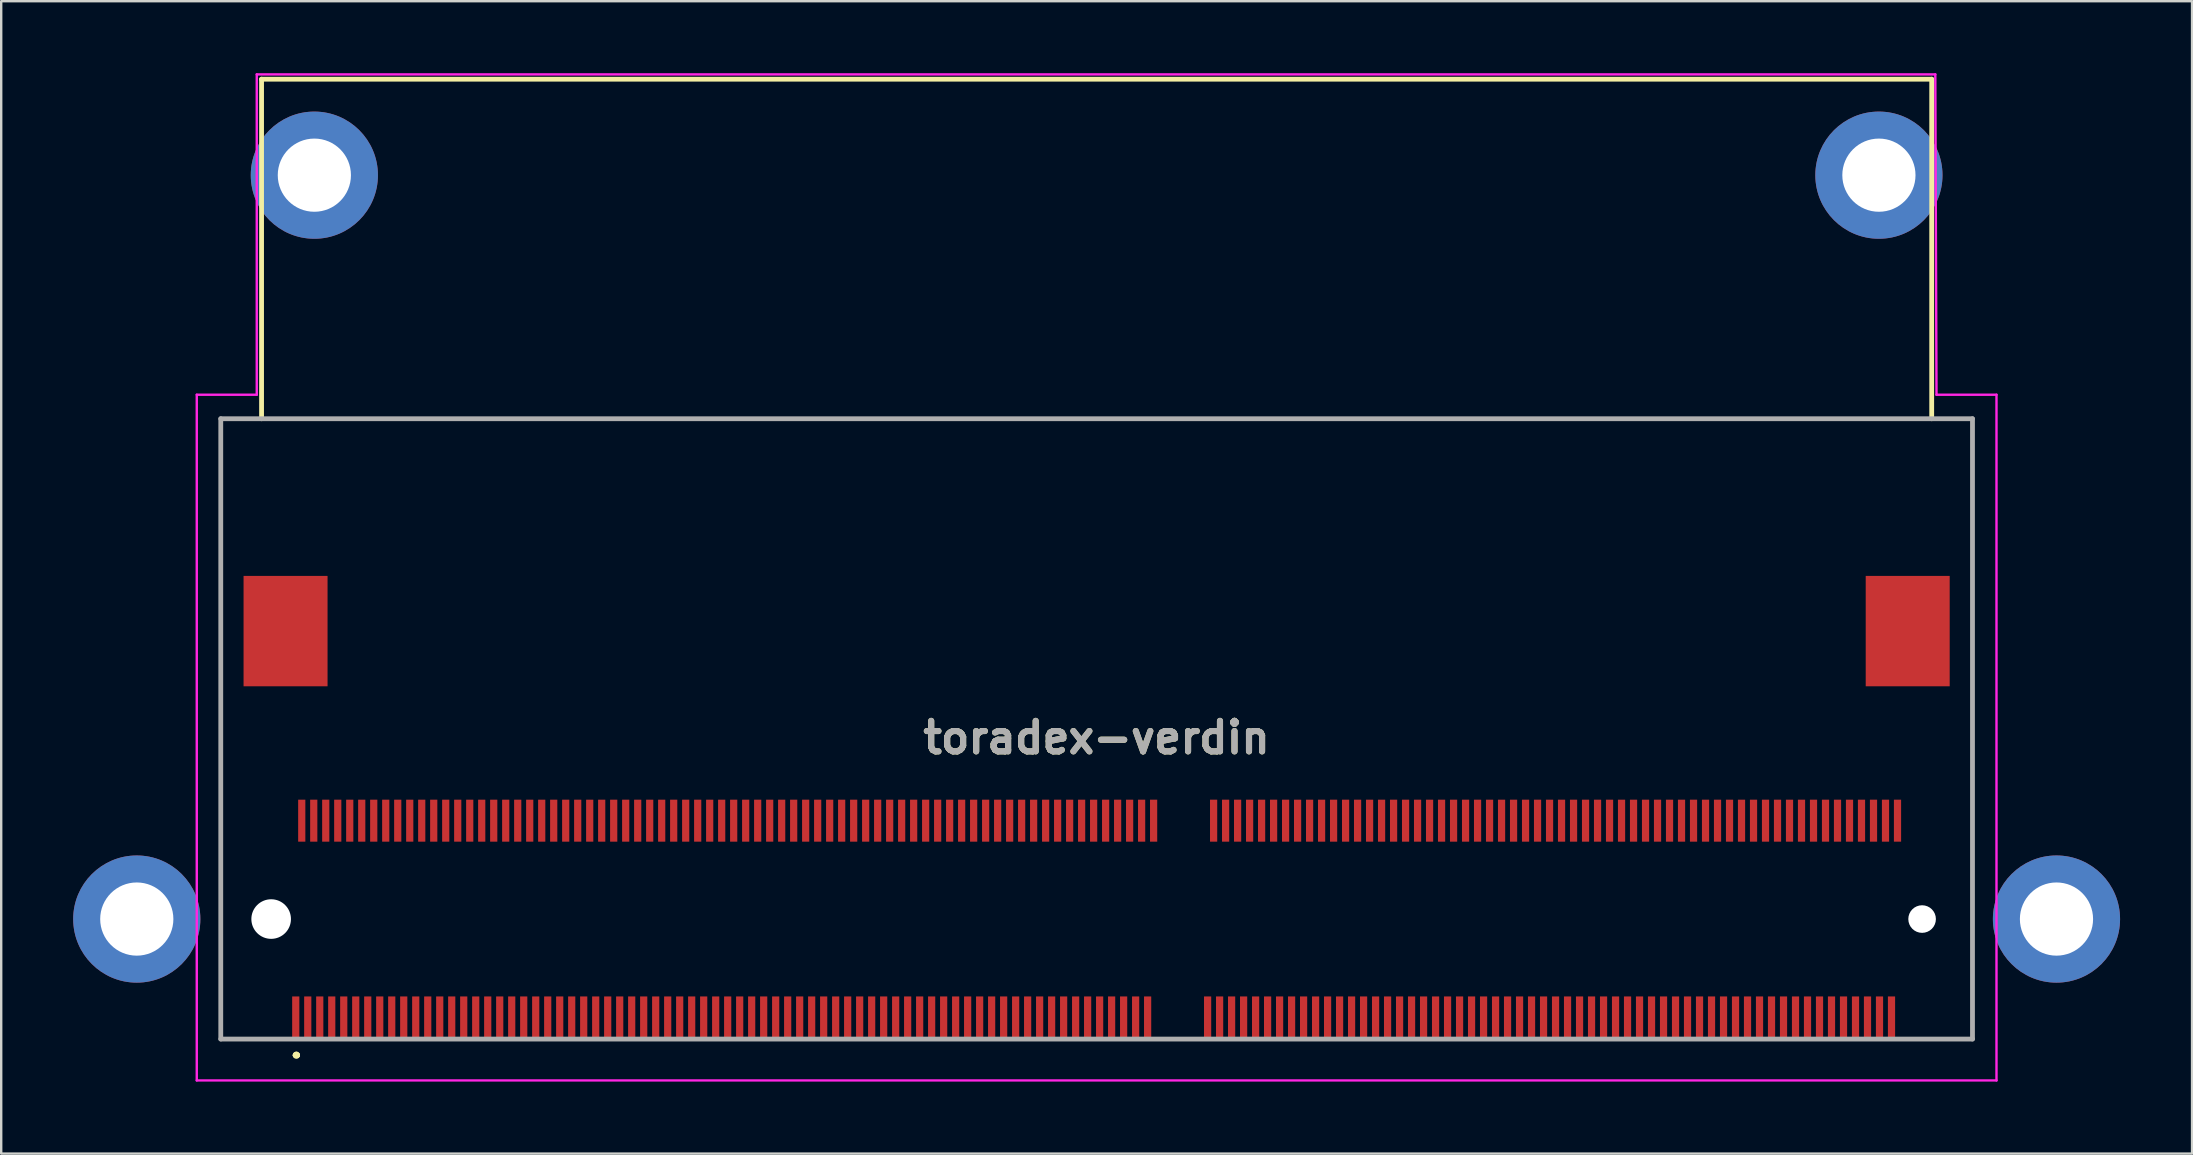
<source format=kicad_pcb>
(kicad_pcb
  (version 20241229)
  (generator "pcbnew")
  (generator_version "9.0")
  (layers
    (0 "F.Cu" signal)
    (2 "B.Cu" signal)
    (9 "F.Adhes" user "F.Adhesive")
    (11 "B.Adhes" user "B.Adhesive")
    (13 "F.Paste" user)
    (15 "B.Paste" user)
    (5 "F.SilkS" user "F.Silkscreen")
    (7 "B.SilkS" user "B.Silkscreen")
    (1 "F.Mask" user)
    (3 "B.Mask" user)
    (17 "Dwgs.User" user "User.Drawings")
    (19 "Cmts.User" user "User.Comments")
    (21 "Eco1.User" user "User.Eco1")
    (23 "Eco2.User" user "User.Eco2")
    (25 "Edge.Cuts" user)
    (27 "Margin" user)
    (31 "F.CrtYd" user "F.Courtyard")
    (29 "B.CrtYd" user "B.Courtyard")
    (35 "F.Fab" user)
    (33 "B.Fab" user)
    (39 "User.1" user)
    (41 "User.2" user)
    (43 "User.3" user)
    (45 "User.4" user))
  (footprint "toradex-verdin"
    (layer "F.Cu")
    (at 8.25 35.25)
    (property "Reference" "toradex-verdin" (at 34.4 -7.563 180) (layer "F.SilkS") (effects (font (size 1.27 1.27) (thickness 0.254))))
    (attr through_hole)
    (fp_line (start -2.1 -20.85) (end -2.1 -20.85) (stroke (width 0.1) (type solid)) (layer "F.SilkS"))
    (fp_line (start -2.1 -20.85) (end -2.1 -20.85) (stroke (width 0.1) (type solid)) (layer "F.SilkS"))
    (fp_line (start -2.1 -20.85) (end -2.1 5) (stroke (width 0.1) (type solid)) (layer "F.SilkS"))
    (fp_line (start -2.1 -20.85) (end 70.9 -20.85) (stroke (width 0.1) (type solid)) (layer "F.SilkS"))
    (fp_line (start -2.1 5) (end -2.1 -20.85) (stroke (width 0.1) (type solid)) (layer "F.SilkS"))
    (fp_line (start -2.1 5) (end -2.1 5) (stroke (width 0.1) (type solid)) (layer "F.SilkS"))
    (fp_line (start -2.1 5) (end -2.1 5) (stroke (width 0.1) (type solid)) (layer "F.SilkS"))
    (fp_line (start -2.1 5) (end -0.35 5) (stroke (width 0.1) (type solid)) (layer "F.SilkS"))
    (fp_line (start -0.4 -35) (end 69.2 -35) (stroke (width 0.2) (type default)) (layer "F.SilkS"))
    (fp_line (start -0.4 -20.85) (end -0.4 -35) (stroke (width 0.2) (type default)) (layer "F.SilkS"))
    (fp_line (start -0.35 5) (end -2.1 5) (stroke (width 0.1) (type solid)) (layer "F.SilkS"))
    (fp_line (start -0.35 5) (end -0.35 5) (stroke (width 0.1) (type solid)) (layer "F.SilkS"))
    (fp_line (start 1 5.675) (end 1 5.675) (stroke (width 0.2) (type solid)) (layer "F.SilkS"))
    (fp_line (start 1.1 5.675) (end 1.1 5.675) (stroke (width 0.2) (type solid)) (layer "F.SilkS"))
    (fp_line (start 1.1 5.675) (end 1.1 5.675) (stroke (width 0.2) (type solid)) (layer "F.SilkS"))
    (fp_line (start 69.2 -35) (end 69.2 -20.85) (stroke (width 0.2) (type default)) (layer "F.SilkS"))
    (fp_line (start 70.9 -20.85) (end -2.1 -20.85) (stroke (width 0.1) (type solid)) (layer "F.SilkS"))
    (fp_line (start 70.9 -20.85) (end 70.9 -20.85) (stroke (width 0.1) (type solid)) (layer "F.SilkS"))
    (fp_line (start 70.9 -20.85) (end 70.9 -20.85) (stroke (width 0.1) (type solid)) (layer "F.SilkS"))
    (fp_line (start 70.9 -20.85) (end 70.9 5) (stroke (width 0.1) (type solid)) (layer "F.SilkS"))
    (fp_line (start 70.9 5) (end 70.9 -20.85) (stroke (width 0.1) (type solid)) (layer "F.SilkS"))
    (fp_line (start 70.9 5) (end 70.9 5) (stroke (width 0.1) (type solid)) (layer "F.SilkS"))
    (fp_arc (start 1 5.675) (mid 1.05 5.625) (end 1.1 5.675) (stroke (width 0.2) (type solid)) (layer "F.SilkS"))
    (fp_arc (start 1 5.675) (mid 1.05 5.625) (end 1.1 5.675) (stroke (width 0.2) (type solid)) (layer "F.SilkS"))
    (fp_arc (start 1.1 5.675) (mid 1.05 5.725) (end 1 5.675) (stroke (width 0.2) (type solid)) (layer "F.SilkS"))
    (fp_line (start -3.1 -21.85) (end -0.6 -21.85) (stroke (width 0.1) (type default)) (layer "F.CrtYd"))
    (fp_line (start -3.1 6.725) (end -3.1 -21.85) (stroke (width 0.1) (type solid)) (layer "F.CrtYd"))
    (fp_line (start -0.6 -21.85) (end -0.6 -35.2) (stroke (width 0.1) (type default)) (layer "F.CrtYd"))
    (fp_line (start 69.35 -35.2) (end -0.6 -35.2) (stroke (width 0.1) (type default)) (layer "F.CrtYd"))
    (fp_line (start 69.4 -21.85) (end 69.35 -35.2) (stroke (width 0.1) (type default)) (layer "F.CrtYd"))
    (fp_line (start 71.9 -21.85) (end 69.4 -21.85) (stroke (width 0.1) (type default)) (layer "F.CrtYd"))
    (fp_line (start 71.9 -21.85) (end 71.9 6.725) (stroke (width 0.1) (type solid)) (layer "F.CrtYd"))
    (fp_line (start 71.9 6.725) (end -3.1 6.725) (stroke (width 0.1) (type solid)) (layer "F.CrtYd"))
    (fp_line (start -2.1 -20.85) (end -2.1 5) (stroke (width 0.2) (type solid)) (layer "F.Fab"))
    (fp_line (start -2.1 5) (end 70.9 5) (stroke (width 0.2) (type solid)) (layer "F.Fab"))
    (fp_line (start 70.9 -20.85) (end -2.1 -20.85) (stroke (width 0.2) (type solid)) (layer "F.Fab"))
    (fp_line (start 70.9 5) (end 70.9 -20.85) (stroke (width 0.2) (type solid)) (layer "F.Fab"))
    (fp_text user "${REFERENCE}" (at 34.4 -7.563 180) (layer "F.Fab") (effects (font (size 1.27 1.27) (thickness 0.254))))
    (pad "" np_thru_hole circle (at 0 0 180) (size 1.65 1.65) (drill 1.65) (layers "*.Cu" "*.Mask"))
    (pad "" np_thru_hole circle (at 68.8 0 180) (size 1.15 1.15) (drill 1.15) (layers "*.Cu" "*.Mask"))
    (pad "1" smd rect (at 1.025 4.1 180) (size 0.3 1.75) (layers "F.Cu" "F.Mask" "F.Paste"))
    (pad "2" smd rect (at 1.275 -4.1 180) (size 0.3 1.75) (layers "F.Cu" "F.Mask" "F.Paste"))
    (pad "3" smd rect (at 1.525 4.1 180) (size 0.3 1.75) (layers "F.Cu" "F.Mask" "F.Paste"))
    (pad "4" smd rect (at 1.775 -4.1 180) (size 0.3 1.75) (layers "F.Cu" "F.Mask" "F.Paste"))
    (pad "5" smd rect (at 2.025 4.1 180) (size 0.3 1.75) (layers "F.Cu" "F.Mask" "F.Paste"))
    (pad "6" smd rect (at 2.275 -4.1 180) (size 0.3 1.75) (layers "F.Cu" "F.Mask" "F.Paste"))
    (pad "7" smd rect (at 2.525 4.1 180) (size 0.3 1.75) (layers "F.Cu" "F.Mask" "F.Paste"))
    (pad "8" smd rect (at 2.775 -4.1 180) (size 0.3 1.75) (layers "F.Cu" "F.Mask" "F.Paste"))
    (pad "9" smd rect (at 3.025 4.1 180) (size 0.3 1.75) (layers "F.Cu" "F.Mask" "F.Paste"))
    (pad "10" smd rect (at 3.275 -4.1 180) (size 0.3 1.75) (layers "F.Cu" "F.Mask" "F.Paste"))
    (pad "11" smd rect (at 3.525 4.1 180) (size 0.3 1.75) (layers "F.Cu" "F.Mask" "F.Paste"))
    (pad "12" smd rect (at 3.775 -4.1 180) (size 0.3 1.75) (layers "F.Cu" "F.Mask" "F.Paste"))
    (pad "13" smd rect (at 4.025 4.1 180) (size 0.3 1.75) (layers "F.Cu" "F.Mask" "F.Paste"))
    (pad "14" smd rect (at 4.275 -4.1 180) (size 0.3 1.75) (layers "F.Cu" "F.Mask" "F.Paste"))
    (pad "15" smd rect (at 4.525 4.1 180) (size 0.3 1.75) (layers "F.Cu" "F.Mask" "F.Paste"))
    (pad "16" smd rect (at 4.775 -4.1 180) (size 0.3 1.75) (layers "F.Cu" "F.Mask" "F.Paste"))
    (pad "17" smd rect (at 5.025 4.1 180) (size 0.3 1.75) (layers "F.Cu" "F.Mask" "F.Paste"))
    (pad "18" smd rect (at 5.275 -4.1 180) (size 0.3 1.75) (layers "F.Cu" "F.Mask" "F.Paste"))
    (pad "19" smd rect (at 5.525 4.1 180) (size 0.3 1.75) (layers "F.Cu" "F.Mask" "F.Paste"))
    (pad "20" smd rect (at 5.775 -4.1 180) (size 0.3 1.75) (layers "F.Cu" "F.Mask" "F.Paste"))
    (pad "21" smd rect (at 6.025 4.1 180) (size 0.3 1.75) (layers "F.Cu" "F.Mask" "F.Paste"))
    (pad "22" smd rect (at 6.275 -4.1 180) (size 0.3 1.75) (layers "F.Cu" "F.Mask" "F.Paste"))
    (pad "23" smd rect (at 6.525 4.1 180) (size 0.3 1.75) (layers "F.Cu" "F.Mask" "F.Paste"))
    (pad "24" smd rect (at 6.775 -4.1 180) (size 0.3 1.75) (layers "F.Cu" "F.Mask" "F.Paste"))
    (pad "25" smd rect (at 7.025 4.1 180) (size 0.3 1.75) (layers "F.Cu" "F.Mask" "F.Paste"))
    (pad "26" smd rect (at 7.275 -4.1 180) (size 0.3 1.75) (layers "F.Cu" "F.Mask" "F.Paste"))
    (pad "27" smd rect (at 7.525 4.1 180) (size 0.3 1.75) (layers "F.Cu" "F.Mask" "F.Paste"))
    (pad "28" smd rect (at 7.775 -4.1 180) (size 0.3 1.75) (layers "F.Cu" "F.Mask" "F.Paste"))
    (pad "29" smd rect (at 8.025 4.1 180) (size 0.3 1.75) (layers "F.Cu" "F.Mask" "F.Paste"))
    (pad "30" smd rect (at 8.275 -4.1 180) (size 0.3 1.75) (layers "F.Cu" "F.Mask" "F.Paste"))
    (pad "31" smd rect (at 8.525 4.1 180) (size 0.3 1.75) (layers "F.Cu" "F.Mask" "F.Paste"))
    (pad "32" smd rect (at 8.775 -4.1 180) (size 0.3 1.75) (layers "F.Cu" "F.Mask" "F.Paste"))
    (pad "33" smd rect (at 9.025 4.1 180) (size 0.3 1.75) (layers "F.Cu" "F.Mask" "F.Paste"))
    (pad "34" smd rect (at 9.275 -4.1 180) (size 0.3 1.75) (layers "F.Cu" "F.Mask" "F.Paste"))
    (pad "35" smd rect (at 9.525 4.1 180) (size 0.3 1.75) (layers "F.Cu" "F.Mask" "F.Paste"))
    (pad "36" smd rect (at 9.775 -4.1 180) (size 0.3 1.75) (layers "F.Cu" "F.Mask" "F.Paste"))
    (pad "37" smd rect (at 10.025 4.1 180) (size 0.3 1.75) (layers "F.Cu" "F.Mask" "F.Paste"))
    (pad "38" smd rect (at 10.275 -4.1 180) (size 0.3 1.75) (layers "F.Cu" "F.Mask" "F.Paste"))
    (pad "39" smd rect (at 10.525 4.1 180) (size 0.3 1.75) (layers "F.Cu" "F.Mask" "F.Paste"))
    (pad "40" smd rect (at 10.775 -4.1 180) (size 0.3 1.75) (layers "F.Cu" "F.Mask" "F.Paste"))
    (pad "41" smd rect (at 11.025 4.1 180) (size 0.3 1.75) (layers "F.Cu" "F.Mask" "F.Paste"))
    (pad "42" smd rect (at 11.275 -4.1 180) (size 0.3 1.75) (layers "F.Cu" "F.Mask" "F.Paste"))
    (pad "43" smd rect (at 11.525 4.1 180) (size 0.3 1.75) (layers "F.Cu" "F.Mask" "F.Paste"))
    (pad "44" smd rect (at 11.775 -4.1 180) (size 0.3 1.75) (layers "F.Cu" "F.Mask" "F.Paste"))
    (pad "45" smd rect (at 12.025 4.1 180) (size 0.3 1.75) (layers "F.Cu" "F.Mask" "F.Paste"))
    (pad "46" smd rect (at 12.275 -4.1 180) (size 0.3 1.75) (layers "F.Cu" "F.Mask" "F.Paste"))
    (pad "47" smd rect (at 12.525 4.1 180) (size 0.3 1.75) (layers "F.Cu" "F.Mask" "F.Paste"))
    (pad "48" smd rect (at 12.775 -4.1 180) (size 0.3 1.75) (layers "F.Cu" "F.Mask" "F.Paste"))
    (pad "49" smd rect (at 13.025 4.1 180) (size 0.3 1.75) (layers "F.Cu" "F.Mask" "F.Paste"))
    (pad "50" smd rect (at 13.275 -4.1 180) (size 0.3 1.75) (layers "F.Cu" "F.Mask" "F.Paste"))
    (pad "51" smd rect (at 13.525 4.1 180) (size 0.3 1.75) (layers "F.Cu" "F.Mask" "F.Paste"))
    (pad "52" smd rect (at 13.775 -4.1 180) (size 0.3 1.75) (layers "F.Cu" "F.Mask" "F.Paste"))
    (pad "53" smd rect (at 14.025 4.1 180) (size 0.3 1.75) (layers "F.Cu" "F.Mask" "F.Paste"))
    (pad "54" smd rect (at 14.275 -4.1 180) (size 0.3 1.75) (layers "F.Cu" "F.Mask" "F.Paste"))
    (pad "55" smd rect (at 14.525 4.1 180) (size 0.3 1.75) (layers "F.Cu" "F.Mask" "F.Paste"))
    (pad "56" smd rect (at 14.775 -4.1 180) (size 0.3 1.75) (layers "F.Cu" "F.Mask" "F.Paste"))
    (pad "57" smd rect (at 15.025 4.1 180) (size 0.3 1.75) (layers "F.Cu" "F.Mask" "F.Paste"))
    (pad "58" smd rect (at 15.275 -4.1 180) (size 0.3 1.75) (layers "F.Cu" "F.Mask" "F.Paste"))
    (pad "59" smd rect (at 15.525 4.1 180) (size 0.3 1.75) (layers "F.Cu" "F.Mask" "F.Paste"))
    (pad "60" smd rect (at 15.775 -4.1 180) (size 0.3 1.75) (layers "F.Cu" "F.Mask" "F.Paste"))
    (pad "61" smd rect (at 16.025 4.1 180) (size 0.3 1.75) (layers "F.Cu" "F.Mask" "F.Paste"))
    (pad "62" smd rect (at 16.275 -4.1 180) (size 0.3 1.75) (layers "F.Cu" "F.Mask" "F.Paste"))
    (pad "63" smd rect (at 16.525 4.1 180) (size 0.3 1.75) (layers "F.Cu" "F.Mask" "F.Paste"))
    (pad "64" smd rect (at 16.775 -4.1 180) (size 0.3 1.75) (layers "F.Cu" "F.Mask" "F.Paste"))
    (pad "65" smd rect (at 17.025 4.1 180) (size 0.3 1.75) (layers "F.Cu" "F.Mask" "F.Paste"))
    (pad "66" smd rect (at 17.275 -4.1 180) (size 0.3 1.75) (layers "F.Cu" "F.Mask" "F.Paste"))
    (pad "67" smd rect (at 17.525 4.1 180) (size 0.3 1.75) (layers "F.Cu" "F.Mask" "F.Paste"))
    (pad "68" smd rect (at 17.775 -4.1 180) (size 0.3 1.75) (layers "F.Cu" "F.Mask" "F.Paste"))
    (pad "69" smd rect (at 18.025 4.1 180) (size 0.3 1.75) (layers "F.Cu" "F.Mask" "F.Paste"))
    (pad "70" smd rect (at 18.275 -4.1 180) (size 0.3 1.75) (layers "F.Cu" "F.Mask" "F.Paste"))
    (pad "71" smd rect (at 18.525 4.1 180) (size 0.3 1.75) (layers "F.Cu" "F.Mask" "F.Paste"))
    (pad "72" smd rect (at 18.775 -4.1 180) (size 0.3 1.75) (layers "F.Cu" "F.Mask" "F.Paste"))
    (pad "73" smd rect (at 19.025 4.1 180) (size 0.3 1.75) (layers "F.Cu" "F.Mask" "F.Paste"))
    (pad "74" smd rect (at 19.275 -4.1 180) (size 0.3 1.75) (layers "F.Cu" "F.Mask" "F.Paste"))
    (pad "75" smd rect (at 19.525 4.1 180) (size 0.3 1.75) (layers "F.Cu" "F.Mask" "F.Paste"))
    (pad "76" smd rect (at 19.775 -4.1 180) (size 0.3 1.75) (layers "F.Cu" "F.Mask" "F.Paste"))
    (pad "77" smd rect (at 20.025 4.1 180) (size 0.3 1.75) (layers "F.Cu" "F.Mask" "F.Paste"))
    (pad "78" smd rect (at 20.275 -4.1 180) (size 0.3 1.75) (layers "F.Cu" "F.Mask" "F.Paste"))
    (pad "79" smd rect (at 20.525 4.1 180) (size 0.3 1.75) (layers "F.Cu" "F.Mask" "F.Paste"))
    (pad "80" smd rect (at 20.775 -4.1 180) (size 0.3 1.75) (layers "F.Cu" "F.Mask" "F.Paste"))
    (pad "81" smd rect (at 21.025 4.1 180) (size 0.3 1.75) (layers "F.Cu" "F.Mask" "F.Paste"))
    (pad "82" smd rect (at 21.275 -4.1 180) (size 0.3 1.75) (layers "F.Cu" "F.Mask" "F.Paste"))
    (pad "83" smd rect (at 21.525 4.1 180) (size 0.3 1.75) (layers "F.Cu" "F.Mask" "F.Paste"))
    (pad "84" smd rect (at 21.775 -4.1 180) (size 0.3 1.75) (layers "F.Cu" "F.Mask" "F.Paste"))
    (pad "85" smd rect (at 22.025 4.1 180) (size 0.3 1.75) (layers "F.Cu" "F.Mask" "F.Paste"))
    (pad "86" smd rect (at 22.275 -4.1 180) (size 0.3 1.75) (layers "F.Cu" "F.Mask" "F.Paste"))
    (pad "87" smd rect (at 22.525 4.1 180) (size 0.3 1.75) (layers "F.Cu" "F.Mask" "F.Paste"))
    (pad "88" smd rect (at 22.775 -4.1 180) (size 0.3 1.75) (layers "F.Cu" "F.Mask" "F.Paste"))
    (pad "89" smd rect (at 23.025 4.1 180) (size 0.3 1.75) (layers "F.Cu" "F.Mask" "F.Paste"))
    (pad "90" smd rect (at 23.275 -4.1 180) (size 0.3 1.75) (layers "F.Cu" "F.Mask" "F.Paste"))
    (pad "91" smd rect (at 23.525 4.1 180) (size 0.3 1.75) (layers "F.Cu" "F.Mask" "F.Paste"))
    (pad "92" smd rect (at 23.775 -4.1 180) (size 0.3 1.75) (layers "F.Cu" "F.Mask" "F.Paste"))
    (pad "93" smd rect (at 24.025 4.1 180) (size 0.3 1.75) (layers "F.Cu" "F.Mask" "F.Paste"))
    (pad "94" smd rect (at 24.275 -4.1 180) (size 0.3 1.75) (layers "F.Cu" "F.Mask" "F.Paste"))
    (pad "95" smd rect (at 24.525 4.1 180) (size 0.3 1.75) (layers "F.Cu" "F.Mask" "F.Paste"))
    (pad "96" smd rect (at 24.775 -4.1 180) (size 0.3 1.75) (layers "F.Cu" "F.Mask" "F.Paste"))
    (pad "97" smd rect (at 25.025 4.1 180) (size 0.3 1.75) (layers "F.Cu" "F.Mask" "F.Paste"))
    (pad "98" smd rect (at 25.275 -4.1 180) (size 0.3 1.75) (layers "F.Cu" "F.Mask" "F.Paste"))
    (pad "99" smd rect (at 25.525 4.1 180) (size 0.3 1.75) (layers "F.Cu" "F.Mask" "F.Paste"))
    (pad "100" smd rect (at 25.775 -4.1 180) (size 0.3 1.75) (layers "F.Cu" "F.Mask" "F.Paste"))
    (pad "101" smd rect (at 26.025 4.1 180) (size 0.3 1.75) (layers "F.Cu" "F.Mask" "F.Paste"))
    (pad "102" smd rect (at 26.275 -4.1 180) (size 0.3 1.75) (layers "F.Cu" "F.Mask" "F.Paste"))
    (pad "103" smd rect (at 26.525 4.1 180) (size 0.3 1.75) (layers "F.Cu" "F.Mask" "F.Paste"))
    (pad "104" smd rect (at 26.775 -4.1 180) (size 0.3 1.75) (layers "F.Cu" "F.Mask" "F.Paste"))
    (pad "105" smd rect (at 27.025 4.1 180) (size 0.3 1.75) (layers "F.Cu" "F.Mask" "F.Paste"))
    (pad "106" smd rect (at 27.275 -4.1 180) (size 0.3 1.75) (layers "F.Cu" "F.Mask" "F.Paste"))
    (pad "107" smd rect (at 27.525 4.1 180) (size 0.3 1.75) (layers "F.Cu" "F.Mask" "F.Paste"))
    (pad "108" smd rect (at 27.775 -4.1 180) (size 0.3 1.75) (layers "F.Cu" "F.Mask" "F.Paste"))
    (pad "109" smd rect (at 28.025 4.1 180) (size 0.3 1.75) (layers "F.Cu" "F.Mask" "F.Paste"))
    (pad "110" smd rect (at 28.275 -4.1 180) (size 0.3 1.75) (layers "F.Cu" "F.Mask" "F.Paste"))
    (pad "111" smd rect (at 28.525 4.1 180) (size 0.3 1.75) (layers "F.Cu" "F.Mask" "F.Paste"))
    (pad "112" smd rect (at 28.775 -4.1 180) (size 0.3 1.75) (layers "F.Cu" "F.Mask" "F.Paste"))
    (pad "113" smd rect (at 29.025 4.1 180) (size 0.3 1.75) (layers "F.Cu" "F.Mask" "F.Paste"))
    (pad "114" smd rect (at 29.275 -4.1 180) (size 0.3 1.75) (layers "F.Cu" "F.Mask" "F.Paste"))
    (pad "115" smd rect (at 29.525 4.1 180) (size 0.3 1.75) (layers "F.Cu" "F.Mask" "F.Paste"))
    (pad "116" smd rect (at 29.775 -4.1 180) (size 0.3 1.75) (layers "F.Cu" "F.Mask" "F.Paste"))
    (pad "117" smd rect (at 30.025 4.1 180) (size 0.3 1.75) (layers "F.Cu" "F.Mask" "F.Paste"))
    (pad "118" smd rect (at 30.275 -4.1 180) (size 0.3 1.75) (layers "F.Cu" "F.Mask" "F.Paste"))
    (pad "119" smd rect (at 30.525 4.1 180) (size 0.3 1.75) (layers "F.Cu" "F.Mask" "F.Paste"))
    (pad "120" smd rect (at 30.775 -4.1 180) (size 0.3 1.75) (layers "F.Cu" "F.Mask" "F.Paste"))
    (pad "121" smd rect (at 31.025 4.1 180) (size 0.3 1.75) (layers "F.Cu" "F.Mask" "F.Paste"))
    (pad "122" smd rect (at 31.275 -4.1 180) (size 0.3 1.75) (layers "F.Cu" "F.Mask" "F.Paste"))
    (pad "123" smd rect (at 31.525 4.1 180) (size 0.3 1.75) (layers "F.Cu" "F.Mask" "F.Paste"))
    (pad "124" smd rect (at 31.775 -4.1 180) (size 0.3 1.75) (layers "F.Cu" "F.Mask" "F.Paste"))
    (pad "125" smd rect (at 32.025 4.1 180) (size 0.3 1.75) (layers "F.Cu" "F.Mask" "F.Paste"))
    (pad "126" smd rect (at 32.275 -4.1 180) (size 0.3 1.75) (layers "F.Cu" "F.Mask" "F.Paste"))
    (pad "127" smd rect (at 32.525 4.1 180) (size 0.3 1.75) (layers "F.Cu" "F.Mask" "F.Paste"))
    (pad "128" smd rect (at 32.775 -4.1 180) (size 0.3 1.75) (layers "F.Cu" "F.Mask" "F.Paste"))
    (pad "129" smd rect (at 33.025 4.1 180) (size 0.3 1.75) (layers "F.Cu" "F.Mask" "F.Paste"))
    (pad "130" smd rect (at 33.275 -4.1 180) (size 0.3 1.75) (layers "F.Cu" "F.Mask" "F.Paste"))
    (pad "131" smd rect (at 33.525 4.1 180) (size 0.3 1.75) (layers "F.Cu" "F.Mask" "F.Paste"))
    (pad "132" smd rect (at 33.775 -4.1 180) (size 0.3 1.75) (layers "F.Cu" "F.Mask" "F.Paste"))
    (pad "133" smd rect (at 34.025 4.1 180) (size 0.3 1.75) (layers "F.Cu" "F.Mask" "F.Paste"))
    (pad "134" smd rect (at 34.275 -4.1 180) (size 0.3 1.75) (layers "F.Cu" "F.Mask" "F.Paste"))
    (pad "135" smd rect (at 34.525 4.1 180) (size 0.3 1.75) (layers "F.Cu" "F.Mask" "F.Paste"))
    (pad "136" smd rect (at 34.775 -4.1 180) (size 0.3 1.75) (layers "F.Cu" "F.Mask" "F.Paste"))
    (pad "137" smd rect (at 35.025 4.1 180) (size 0.3 1.75) (layers "F.Cu" "F.Mask" "F.Paste"))
    (pad "138" smd rect (at 35.275 -4.1 180) (size 0.3 1.75) (layers "F.Cu" "F.Mask" "F.Paste"))
    (pad "139" smd rect (at 35.525 4.1 180) (size 0.3 1.75) (layers "F.Cu" "F.Mask" "F.Paste"))
    (pad "140" smd rect (at 35.775 -4.1 180) (size 0.3 1.75) (layers "F.Cu" "F.Mask" "F.Paste"))
    (pad "141" smd rect (at 36.025 4.1 180) (size 0.3 1.75) (layers "F.Cu" "F.Mask" "F.Paste"))
    (pad "142" smd rect (at 36.275 -4.1 180) (size 0.3 1.75) (layers "F.Cu" "F.Mask" "F.Paste"))
    (pad "143" smd rect (at 36.525 4.1 180) (size 0.3 1.75) (layers "F.Cu" "F.Mask" "F.Paste"))
    (pad "144" smd rect (at 36.775 -4.1 180) (size 0.3 1.75) (layers "F.Cu" "F.Mask" "F.Paste"))
    (pad "145" smd rect (at 39.025 4.1 180) (size 0.3 1.75) (layers "F.Cu" "F.Mask" "F.Paste"))
    (pad "146" smd rect (at 39.275 -4.1 180) (size 0.3 1.75) (layers "F.Cu" "F.Mask" "F.Paste"))
    (pad "147" smd rect (at 39.525 4.1 180) (size 0.3 1.75) (layers "F.Cu" "F.Mask" "F.Paste"))
    (pad "148" smd rect (at 39.775 -4.1 180) (size 0.3 1.75) (layers "F.Cu" "F.Mask" "F.Paste"))
    (pad "149" smd rect (at 40.025 4.1 180) (size 0.3 1.75) (layers "F.Cu" "F.Mask" "F.Paste"))
    (pad "150" smd rect (at 40.275 -4.1 180) (size 0.3 1.75) (layers "F.Cu" "F.Mask" "F.Paste"))
    (pad "151" smd rect (at 40.525 4.1 180) (size 0.3 1.75) (layers "F.Cu" "F.Mask" "F.Paste"))
    (pad "152" smd rect (at 40.775 -4.1 180) (size 0.3 1.75) (layers "F.Cu" "F.Mask" "F.Paste"))
    (pad "153" smd rect (at 41.025 4.1 180) (size 0.3 1.75) (layers "F.Cu" "F.Mask" "F.Paste"))
    (pad "154" smd rect (at 41.275 -4.1 180) (size 0.3 1.75) (layers "F.Cu" "F.Mask" "F.Paste"))
    (pad "155" smd rect (at 41.525 4.1 180) (size 0.3 1.75) (layers "F.Cu" "F.Mask" "F.Paste"))
    (pad "156" smd rect (at 41.775 -4.1 180) (size 0.3 1.75) (layers "F.Cu" "F.Mask" "F.Paste"))
    (pad "157" smd rect (at 42.025 4.1 180) (size 0.3 1.75) (layers "F.Cu" "F.Mask" "F.Paste"))
    (pad "158" smd rect (at 42.275 -4.1 180) (size 0.3 1.75) (layers "F.Cu" "F.Mask" "F.Paste"))
    (pad "159" smd rect (at 42.525 4.1 180) (size 0.3 1.75) (layers "F.Cu" "F.Mask" "F.Paste"))
    (pad "160" smd rect (at 42.775 -4.1 180) (size 0.3 1.75) (layers "F.Cu" "F.Mask" "F.Paste"))
    (pad "161" smd rect (at 43.025 4.1 180) (size 0.3 1.75) (layers "F.Cu" "F.Mask" "F.Paste"))
    (pad "162" smd rect (at 43.275 -4.1 180) (size 0.3 1.75) (layers "F.Cu" "F.Mask" "F.Paste"))
    (pad "163" smd rect (at 43.525 4.1 180) (size 0.3 1.75) (layers "F.Cu" "F.Mask" "F.Paste"))
    (pad "164" smd rect (at 43.775 -4.1 180) (size 0.3 1.75) (layers "F.Cu" "F.Mask" "F.Paste"))
    (pad "165" smd rect (at 44.025 4.1 180) (size 0.3 1.75) (layers "F.Cu" "F.Mask" "F.Paste"))
    (pad "166" smd rect (at 44.275 -4.1 180) (size 0.3 1.75) (layers "F.Cu" "F.Mask" "F.Paste"))
    (pad "167" smd rect (at 44.525 4.1 180) (size 0.3 1.75) (layers "F.Cu" "F.Mask" "F.Paste"))
    (pad "168" smd rect (at 44.775 -4.1 180) (size 0.3 1.75) (layers "F.Cu" "F.Mask" "F.Paste"))
    (pad "169" smd rect (at 45.025 4.1 180) (size 0.3 1.75) (layers "F.Cu" "F.Mask" "F.Paste"))
    (pad "170" smd rect (at 45.275 -4.1 180) (size 0.3 1.75) (layers "F.Cu" "F.Mask" "F.Paste"))
    (pad "171" smd rect (at 45.525 4.1 180) (size 0.3 1.75) (layers "F.Cu" "F.Mask" "F.Paste"))
    (pad "172" smd rect (at 45.775 -4.1 180) (size 0.3 1.75) (layers "F.Cu" "F.Mask" "F.Paste"))
    (pad "173" smd rect (at 46.025 4.1 180) (size 0.3 1.75) (layers "F.Cu" "F.Mask" "F.Paste"))
    (pad "174" smd rect (at 46.275 -4.1 180) (size 0.3 1.75) (layers "F.Cu" "F.Mask" "F.Paste"))
    (pad "175" smd rect (at 46.525 4.1 180) (size 0.3 1.75) (layers "F.Cu" "F.Mask" "F.Paste"))
    (pad "176" smd rect (at 46.775 -4.1 180) (size 0.3 1.75) (layers "F.Cu" "F.Mask" "F.Paste"))
    (pad "177" smd rect (at 47.025 4.1 180) (size 0.3 1.75) (layers "F.Cu" "F.Mask" "F.Paste"))
    (pad "178" smd rect (at 47.275 -4.1 180) (size 0.3 1.75) (layers "F.Cu" "F.Mask" "F.Paste"))
    (pad "179" smd rect (at 47.525 4.1 180) (size 0.3 1.75) (layers "F.Cu" "F.Mask" "F.Paste"))
    (pad "180" smd rect (at 47.775 -4.1 180) (size 0.3 1.75) (layers "F.Cu" "F.Mask" "F.Paste"))
    (pad "181" smd rect (at 48.025 4.1 180) (size 0.3 1.75) (layers "F.Cu" "F.Mask" "F.Paste"))
    (pad "182" smd rect (at 48.275 -4.1 180) (size 0.3 1.75) (layers "F.Cu" "F.Mask" "F.Paste"))
    (pad "183" smd rect (at 48.525 4.1 180) (size 0.3 1.75) (layers "F.Cu" "F.Mask" "F.Paste"))
    (pad "184" smd rect (at 48.775 -4.1 180) (size 0.3 1.75) (layers "F.Cu" "F.Mask" "F.Paste"))
    (pad "185" smd rect (at 49.025 4.1 180) (size 0.3 1.75) (layers "F.Cu" "F.Mask" "F.Paste"))
    (pad "186" smd rect (at 49.275 -4.1 180) (size 0.3 1.75) (layers "F.Cu" "F.Mask" "F.Paste"))
    (pad "187" smd rect (at 49.525 4.1 180) (size 0.3 1.75) (layers "F.Cu" "F.Mask" "F.Paste"))
    (pad "188" smd rect (at 49.775 -4.1 180) (size 0.3 1.75) (layers "F.Cu" "F.Mask" "F.Paste"))
    (pad "189" smd rect (at 50.025 4.1 180) (size 0.3 1.75) (layers "F.Cu" "F.Mask" "F.Paste"))
    (pad "190" smd rect (at 50.275 -4.1 180) (size 0.3 1.75) (layers "F.Cu" "F.Mask" "F.Paste"))
    (pad "191" smd rect (at 50.525 4.1 180) (size 0.3 1.75) (layers "F.Cu" "F.Mask" "F.Paste"))
    (pad "192" smd rect (at 50.775 -4.1 180) (size 0.3 1.75) (layers "F.Cu" "F.Mask" "F.Paste"))
    (pad "193" smd rect (at 51.025 4.1 180) (size 0.3 1.75) (layers "F.Cu" "F.Mask" "F.Paste"))
    (pad "194" smd rect (at 51.275 -4.1 180) (size 0.3 1.75) (layers "F.Cu" "F.Mask" "F.Paste"))
    (pad "195" smd rect (at 51.525 4.1 180) (size 0.3 1.75) (layers "F.Cu" "F.Mask" "F.Paste"))
    (pad "196" smd rect (at 51.775 -4.1 180) (size 0.3 1.75) (layers "F.Cu" "F.Mask" "F.Paste"))
    (pad "197" smd rect (at 52.025 4.1 180) (size 0.3 1.75) (layers "F.Cu" "F.Mask" "F.Paste"))
    (pad "198" smd rect (at 52.275 -4.1 180) (size 0.3 1.75) (layers "F.Cu" "F.Mask" "F.Paste"))
    (pad "199" smd rect (at 52.525 4.1 180) (size 0.3 1.75) (layers "F.Cu" "F.Mask" "F.Paste"))
    (pad "200" smd rect (at 52.775 -4.1 180) (size 0.3 1.75) (layers "F.Cu" "F.Mask" "F.Paste"))
    (pad "201" smd rect (at 53.025 4.1 180) (size 0.3 1.75) (layers "F.Cu" "F.Mask" "F.Paste"))
    (pad "202" smd rect (at 53.275 -4.1 180) (size 0.3 1.75) (layers "F.Cu" "F.Mask" "F.Paste"))
    (pad "203" smd rect (at 53.525 4.1 180) (size 0.3 1.75) (layers "F.Cu" "F.Mask" "F.Paste"))
    (pad "204" smd rect (at 53.775 -4.1 180) (size 0.3 1.75) (layers "F.Cu" "F.Mask" "F.Paste"))
    (pad "205" smd rect (at 54.025 4.1 180) (size 0.3 1.75) (layers "F.Cu" "F.Mask" "F.Paste"))
    (pad "206" smd rect (at 54.275 -4.1 180) (size 0.3 1.75) (layers "F.Cu" "F.Mask" "F.Paste"))
    (pad "207" smd rect (at 54.525 4.1 180) (size 0.3 1.75) (layers "F.Cu" "F.Mask" "F.Paste"))
    (pad "208" smd rect (at 54.775 -4.1 180) (size 0.3 1.75) (layers "F.Cu" "F.Mask" "F.Paste"))
    (pad "209" smd rect (at 55.025 4.1 180) (size 0.3 1.75) (layers "F.Cu" "F.Mask" "F.Paste"))
    (pad "210" smd rect (at 55.275 -4.1 180) (size 0.3 1.75) (layers "F.Cu" "F.Mask" "F.Paste"))
    (pad "211" smd rect (at 55.525 4.1 180) (size 0.3 1.75) (layers "F.Cu" "F.Mask" "F.Paste"))
    (pad "212" smd rect (at 55.775 -4.1 180) (size 0.3 1.75) (layers "F.Cu" "F.Mask" "F.Paste"))
    (pad "213" smd rect (at 56.025 4.1 180) (size 0.3 1.75) (layers "F.Cu" "F.Mask" "F.Paste"))
    (pad "214" smd rect (at 56.275 -4.1 180) (size 0.3 1.75) (layers "F.Cu" "F.Mask" "F.Paste"))
    (pad "215" smd rect (at 56.525 4.1 180) (size 0.3 1.75) (layers "F.Cu" "F.Mask" "F.Paste"))
    (pad "216" smd rect (at 56.775 -4.1 180) (size 0.3 1.75) (layers "F.Cu" "F.Mask" "F.Paste"))
    (pad "217" smd rect (at 57.025 4.1 180) (size 0.3 1.75) (layers "F.Cu" "F.Mask" "F.Paste"))
    (pad "218" smd rect (at 57.275 -4.1 180) (size 0.3 1.75) (layers "F.Cu" "F.Mask" "F.Paste"))
    (pad "219" smd rect (at 57.525 4.1 180) (size 0.3 1.75) (layers "F.Cu" "F.Mask" "F.Paste"))
    (pad "220" smd rect (at 57.775 -4.1 180) (size 0.3 1.75) (layers "F.Cu" "F.Mask" "F.Paste"))
    (pad "221" smd rect (at 58.025 4.1 180) (size 0.3 1.75) (layers "F.Cu" "F.Mask" "F.Paste"))
    (pad "222" smd rect (at 58.275 -4.1 180) (size 0.3 1.75) (layers "F.Cu" "F.Mask" "F.Paste"))
    (pad "223" smd rect (at 58.525 4.1 180) (size 0.3 1.75) (layers "F.Cu" "F.Mask" "F.Paste"))
    (pad "224" smd rect (at 58.775 -4.1 180) (size 0.3 1.75) (layers "F.Cu" "F.Mask" "F.Paste"))
    (pad "225" smd rect (at 59.025 4.1 180) (size 0.3 1.75) (layers "F.Cu" "F.Mask" "F.Paste"))
    (pad "226" smd rect (at 59.275 -4.1 180) (size 0.3 1.75) (layers "F.Cu" "F.Mask" "F.Paste"))
    (pad "227" smd rect (at 59.525 4.1 180) (size 0.3 1.75) (layers "F.Cu" "F.Mask" "F.Paste"))
    (pad "228" smd rect (at 59.775 -4.1 180) (size 0.3 1.75) (layers "F.Cu" "F.Mask" "F.Paste"))
    (pad "229" smd rect (at 60.025 4.1 180) (size 0.3 1.75) (layers "F.Cu" "F.Mask" "F.Paste"))
    (pad "230" smd rect (at 60.275 -4.1 180) (size 0.3 1.75) (layers "F.Cu" "F.Mask" "F.Paste"))
    (pad "231" smd rect (at 60.525 4.1 180) (size 0.3 1.75) (layers "F.Cu" "F.Mask" "F.Paste"))
    (pad "232" smd rect (at 60.775 -4.1 180) (size 0.3 1.75) (layers "F.Cu" "F.Mask" "F.Paste"))
    (pad "233" smd rect (at 61.025 4.1 180) (size 0.3 1.75) (layers "F.Cu" "F.Mask" "F.Paste"))
    (pad "234" smd rect (at 61.275 -4.1 180) (size 0.3 1.75) (layers "F.Cu" "F.Mask" "F.Paste"))
    (pad "235" smd rect (at 61.525 4.1 180) (size 0.3 1.75) (layers "F.Cu" "F.Mask" "F.Paste"))
    (pad "236" smd rect (at 61.775 -4.1 180) (size 0.3 1.75) (layers "F.Cu" "F.Mask" "F.Paste"))
    (pad "237" smd rect (at 62.025 4.1 180) (size 0.3 1.75) (layers "F.Cu" "F.Mask" "F.Paste"))
    (pad "238" smd rect (at 62.275 -4.1 180) (size 0.3 1.75) (layers "F.Cu" "F.Mask" "F.Paste"))
    (pad "239" smd rect (at 62.525 4.1 180) (size 0.3 1.75) (layers "F.Cu" "F.Mask" "F.Paste"))
    (pad "240" smd rect (at 62.775 -4.1 180) (size 0.3 1.75) (layers "F.Cu" "F.Mask" "F.Paste"))
    (pad "241" smd rect (at 63.025 4.1 180) (size 0.3 1.75) (layers "F.Cu" "F.Mask" "F.Paste"))
    (pad "242" smd rect (at 63.275 -4.1 180) (size 0.3 1.75) (layers "F.Cu" "F.Mask" "F.Paste"))
    (pad "243" smd rect (at 63.525 4.1 180) (size 0.3 1.75) (layers "F.Cu" "F.Mask" "F.Paste"))
    (pad "244" smd rect (at 63.775 -4.1 180) (size 0.3 1.75) (layers "F.Cu" "F.Mask" "F.Paste"))
    (pad "245" smd rect (at 64.025 4.1 180) (size 0.3 1.75) (layers "F.Cu" "F.Mask" "F.Paste"))
    (pad "246" smd rect (at 64.275 -4.1 180) (size 0.3 1.75) (layers "F.Cu" "F.Mask" "F.Paste"))
    (pad "247" smd rect (at 64.525 4.1 180) (size 0.3 1.75) (layers "F.Cu" "F.Mask" "F.Paste"))
    (pad "248" smd rect (at 64.775 -4.1 180) (size 0.3 1.75) (layers "F.Cu" "F.Mask" "F.Paste"))
    (pad "249" smd rect (at 65.025 4.1 180) (size 0.3 1.75) (layers "F.Cu" "F.Mask" "F.Paste"))
    (pad "250" smd rect (at 65.275 -4.1 180) (size 0.3 1.75) (layers "F.Cu" "F.Mask" "F.Paste"))
    (pad "251" smd rect (at 65.525 4.1 180) (size 0.3 1.75) (layers "F.Cu" "F.Mask" "F.Paste"))
    (pad "252" smd rect (at 65.775 -4.1 180) (size 0.3 1.75) (layers "F.Cu" "F.Mask" "F.Paste"))
    (pad "253" smd rect (at 66.025 4.1 180) (size 0.3 1.75) (layers "F.Cu" "F.Mask" "F.Paste"))
    (pad "254" smd rect (at 66.275 -4.1 180) (size 0.3 1.75) (layers "F.Cu" "F.Mask" "F.Paste"))
    (pad "255" smd rect (at 66.525 4.1 180) (size 0.3 1.75) (layers "F.Cu" "F.Mask" "F.Paste"))
    (pad "256" smd rect (at 66.775 -4.1 180) (size 0.3 1.75) (layers "F.Cu" "F.Mask" "F.Paste"))
    (pad "257" smd rect (at 67.025 4.1 180) (size 0.3 1.75) (layers "F.Cu" "F.Mask" "F.Paste"))
    (pad "258" smd rect (at 67.275 -4.1 180) (size 0.3 1.75) (layers "F.Cu" "F.Mask" "F.Paste"))
    (pad "259" smd rect (at 67.525 4.1 180) (size 0.3 1.75) (layers "F.Cu" "F.Mask" "F.Paste"))
    (pad "260" smd rect (at 67.775 -4.1 180) (size 0.3 1.75) (layers "F.Cu" "F.Mask" "F.Paste"))
    (pad "MP1" smd rect (at 0.6 -12 180) (size 3.5 4.6) (layers "F.Cu" "F.Mask" "F.Paste"))
    (pad "MP2" smd rect (at 68.2 -12 180) (size 3.5 4.6) (layers "F.Cu" "F.Mask" "F.Paste"))
    (pad "S1" thru_hole circle (at 1.8 -31) (size 5.3 5.3) (drill 3.05) (layers "*.Cu" "*.Mask"))
    (pad "S2" thru_hole circle (at 67 -31) (size 5.3 5.3) (drill 3.05) (layers "*.Cu" "*.Mask"))
    (pad "S3" thru_hole circle (at -5.6 0) (size 5.3 5.3) (drill 3.05) (layers "*.Cu" "*.Mask"))
    (pad "S4" thru_hole circle (at 74.4 0) (size 5.3 5.3) (drill 3.05) (layers "*.Cu" "*.Mask")))
  (gr_rect
    (start -3 -3)
    (end 88.3 45.025)
    (stroke (width 0.1) (type default))
    (fill no)
    (layer "Edge.Cuts")))
</source>
